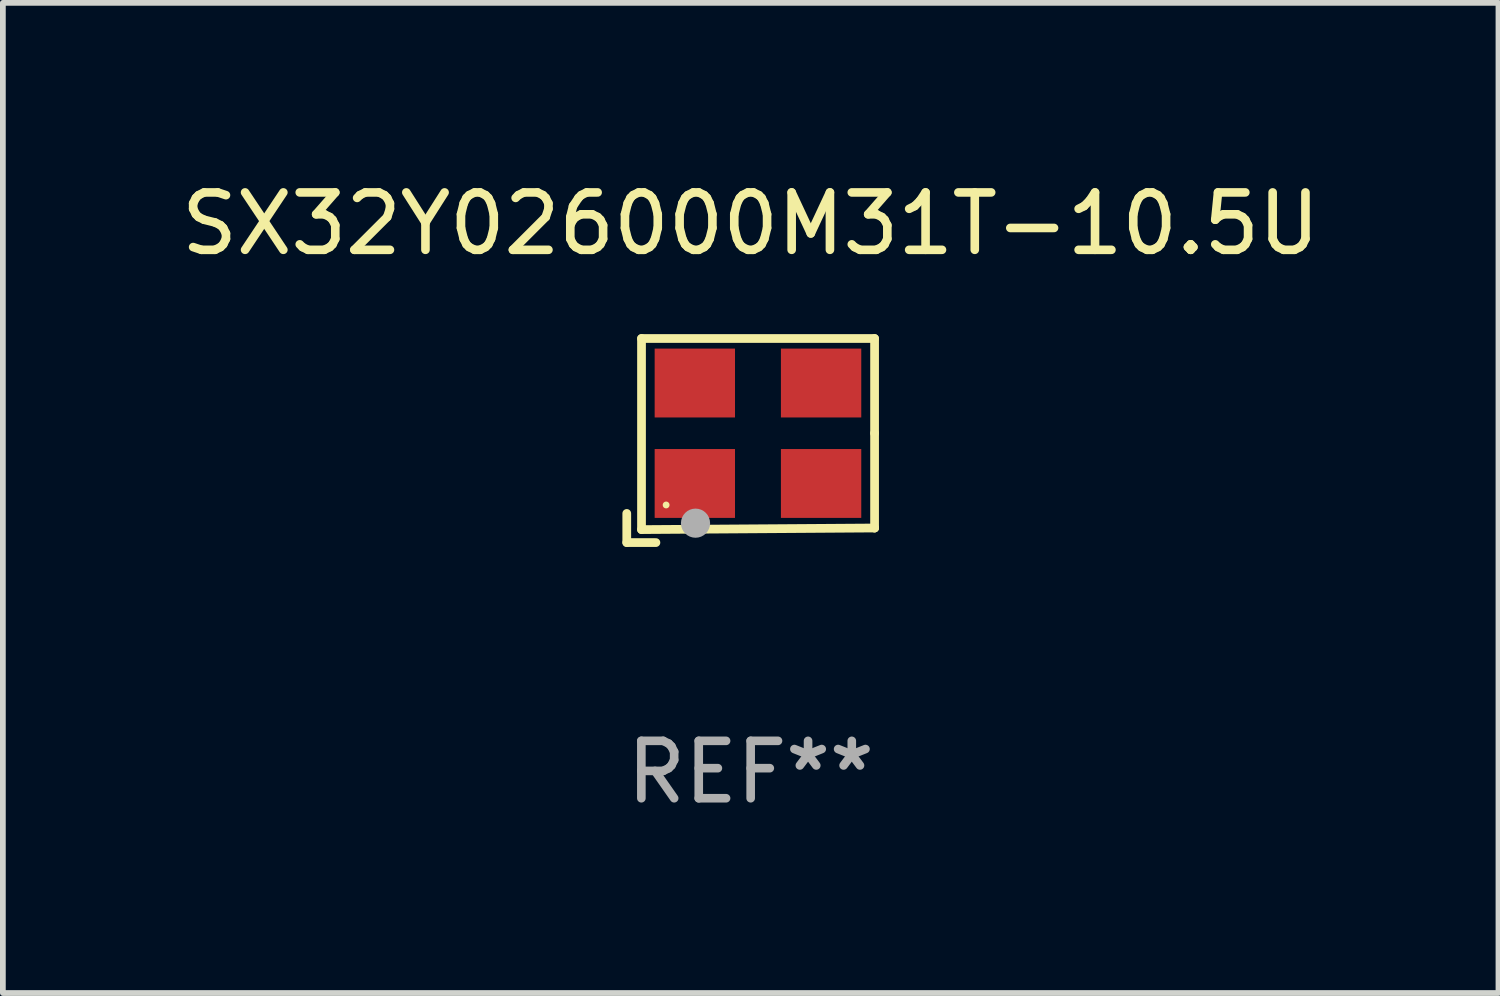
<source format=kicad_pcb>
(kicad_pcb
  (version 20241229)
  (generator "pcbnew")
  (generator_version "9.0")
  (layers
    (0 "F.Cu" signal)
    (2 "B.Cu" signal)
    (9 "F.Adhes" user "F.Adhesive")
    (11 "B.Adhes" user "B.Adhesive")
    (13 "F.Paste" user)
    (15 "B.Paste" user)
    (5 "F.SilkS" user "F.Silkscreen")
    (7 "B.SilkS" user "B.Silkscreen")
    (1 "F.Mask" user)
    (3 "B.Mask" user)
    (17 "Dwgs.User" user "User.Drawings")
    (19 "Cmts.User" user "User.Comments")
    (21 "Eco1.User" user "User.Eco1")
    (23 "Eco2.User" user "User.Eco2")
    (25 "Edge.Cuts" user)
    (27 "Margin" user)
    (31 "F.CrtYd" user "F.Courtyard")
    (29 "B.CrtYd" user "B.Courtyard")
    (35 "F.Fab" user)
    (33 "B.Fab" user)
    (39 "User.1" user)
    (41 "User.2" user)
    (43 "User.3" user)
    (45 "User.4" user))
  (footprint "SX32Y026000M31T-10.5U"
    (layer "F.Cu")
    (at 10.03 4.626)
    (property "Reference" "SX32Y026000M31T-10.5U" (at 0 -3.778 0) (layer "F.SilkS") (effects (font (size 1 1) (thickness 0.15))))
    (attr through_hole)
    (fp_line (start -2.159 1.27) (end -2.159 1.778) (stroke (width 0.152) (type solid)) (layer "F.SilkS"))
    (fp_line (start -2.159 1.778) (end -1.651 1.778) (stroke (width 0.152) (type solid)) (layer "F.SilkS"))
    (fp_line (start -1.902 -1.778) (end 2.159 -1.778) (stroke (width 0.152) (type solid)) (layer "F.SilkS"))
    (fp_line (start -1.902 1.552) (end -1.902 -1.778) (stroke (width 0.152) (type solid)) (layer "F.SilkS"))
    (fp_line (start 2.159 -1.778) (end 2.159 -0.127) (stroke (width 0.152) (type solid)) (layer "F.SilkS"))
    (fp_line (start 2.159 -0.127) (end 2.159 1.524) (stroke (width 0.152) (type solid)) (layer "F.SilkS"))
    (fp_line (start 2.159 1.524) (end -1.902 1.552) (stroke (width 0.152) (type solid)) (layer "F.SilkS"))
    (fp_line (start 2.159 1.524) (end 2.159 1.524) (stroke (width 0.152) (type solid)) (layer "F.SilkS"))
    (fp_circle (center -1.473 1.123) (end -1.443 1.123) (stroke (width 0.06) (type solid)) (fill no) (layer "F.SilkS"))
    (fp_circle (center -0.961 1.44) (end -0.834 1.44) (stroke (width 0.254) (type solid)) (fill no) (layer "F.Fab"))
    (fp_text user "REF**" (at 0 5.778 0) (layer "F.Fab") (effects (font (size 1 1) (thickness 0.15))))
    (pad "1" smd rect (at -0.973 0.748) (size 1.4 1.2) (layers "F.Cu" "F.Mask" "F.Paste"))
    (pad "2" smd rect (at 1.227 0.748) (size 1.4 1.2) (layers "F.Cu" "F.Mask" "F.Paste"))
    (pad "3" smd rect (at 1.227 -1.002) (size 1.4 1.2) (layers "F.Cu" "F.Mask" "F.Paste"))
    (pad "4" smd rect (at -0.973 -1.002) (size 1.4 1.2) (layers "F.Cu" "F.Mask" "F.Paste")))
  (gr_rect
    (start -3 -3)
    (end 23.06 14.253)
    (stroke (width 0.1) (type default))
    (fill no)
    (layer "Edge.Cuts")))
</source>
